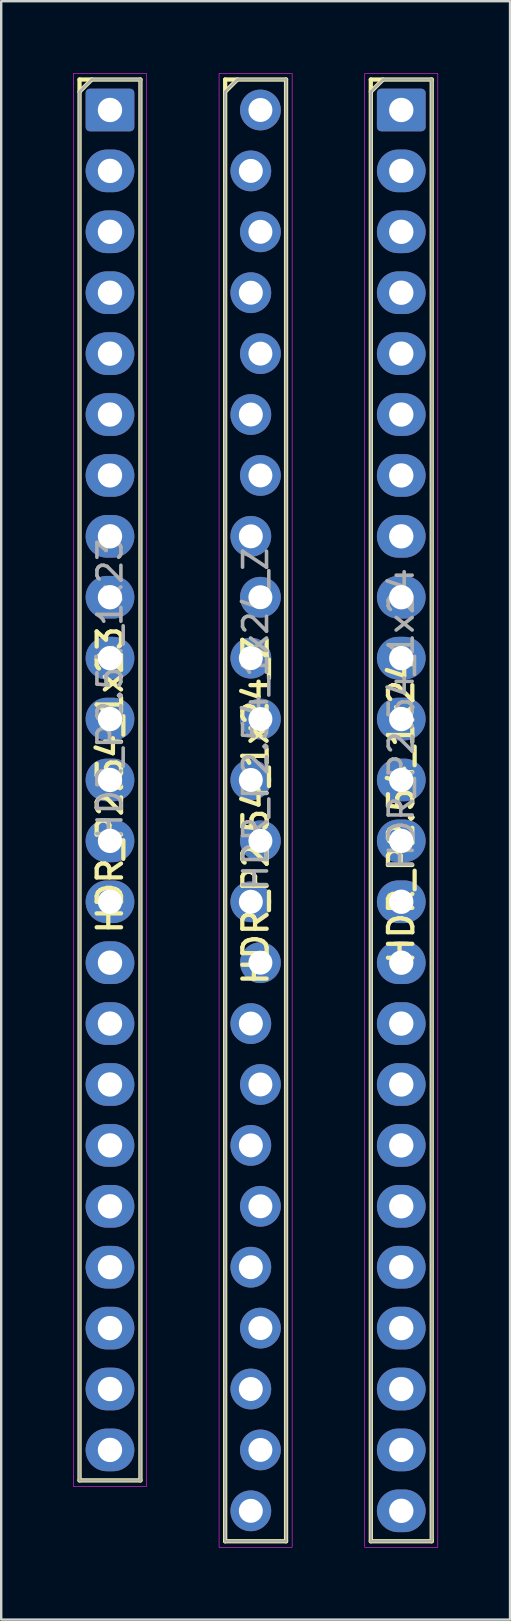
<source format=kicad_pcb>
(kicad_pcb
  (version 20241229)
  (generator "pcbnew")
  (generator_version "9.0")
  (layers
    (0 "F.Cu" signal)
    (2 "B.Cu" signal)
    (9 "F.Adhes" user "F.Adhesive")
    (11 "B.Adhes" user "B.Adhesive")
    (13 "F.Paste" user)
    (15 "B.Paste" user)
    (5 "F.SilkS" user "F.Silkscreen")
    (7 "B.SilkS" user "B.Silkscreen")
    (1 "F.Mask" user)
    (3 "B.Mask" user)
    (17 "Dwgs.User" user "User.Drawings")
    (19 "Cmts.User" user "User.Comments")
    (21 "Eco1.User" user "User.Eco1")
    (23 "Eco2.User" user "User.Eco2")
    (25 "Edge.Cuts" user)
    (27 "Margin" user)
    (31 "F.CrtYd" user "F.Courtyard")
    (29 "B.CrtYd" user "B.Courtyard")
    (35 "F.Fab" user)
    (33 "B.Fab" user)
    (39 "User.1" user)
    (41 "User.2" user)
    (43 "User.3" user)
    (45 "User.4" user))
  (footprint "HDR_P2.54_1x24_Z"
    (layer "F.Cu")
    (at 7.61 30.747)
    (property "Reference" "HDR_P2.54_1x24_Z" (at 0 0 90) (layer "F.SilkS") (effects (font (size 1.016 1.016) (thickness 0.178))))
    (attr through_hole)
    (fp_line (start -1.27 -30.48) (end -1.27 30.48) (stroke (width 0.178) (type solid)) (layer "F.SilkS"))
    (fp_line (start -1.27 -30.48) (end 1.27 -30.48) (stroke (width 0.178) (type solid)) (layer "F.SilkS"))
    (fp_line (start -1.27 -29.972) (end -0.762 -30.48) (stroke (width 0.178) (type solid)) (layer "F.SilkS"))
    (fp_line (start -1.27 30.48) (end 1.27 30.48) (stroke (width 0.178) (type solid)) (layer "F.SilkS"))
    (fp_line (start 1.27 -30.48) (end 1.27 30.48) (stroke (width 0.178) (type solid)) (layer "F.SilkS"))
    (fp_rect (start -1.524 -30.734) (end 1.524 30.734) (stroke (width 0.025) (type solid)) (fill no) (layer "F.CrtYd"))
    (fp_line (start -1.27 -29.972) (end -0.762 -30.48) (stroke (width 0.1) (type solid)) (layer "F.Fab"))
    (fp_line (start -1.27 30.48) (end -1.27 -29.972) (stroke (width 0.1) (type solid)) (layer "F.Fab"))
    (fp_line (start -0.762 -30.48) (end 1.27 -30.48) (stroke (width 0.1) (type solid)) (layer "F.Fab"))
    (fp_line (start 1.27 -30.48) (end 1.27 30.48) (stroke (width 0.1) (type solid)) (layer "F.Fab"))
    (fp_line (start 1.27 30.48) (end -1.27 30.48) (stroke (width 0.1) (type solid)) (layer "F.Fab"))
    (fp_text user "${REFERENCE}" (at 0 -3.81 90) (layer "F.Fab") (effects (font (size 1 1) (thickness 0.15))))
    (pad "1" thru_hole circle (at 0.2 -29.21) (size 1.7 1.7) (drill 1) (layers "*.Cu" "*.Mask"))
    (pad "2" thru_hole circle (at -0.2 -26.67) (size 1.7 1.7) (drill 1) (layers "*.Cu" "*.Mask"))
    (pad "3" thru_hole circle (at 0.2 -24.13) (size 1.7 1.7) (drill 1) (layers "*.Cu" "*.Mask"))
    (pad "4" thru_hole circle (at -0.2 -21.59) (size 1.7 1.7) (drill 1) (layers "*.Cu" "*.Mask"))
    (pad "5" thru_hole circle (at 0.2 -19.05) (size 1.7 1.7) (drill 1) (layers "*.Cu" "*.Mask"))
    (pad "6" thru_hole circle (at -0.2 -16.51) (size 1.7 1.7) (drill 1) (layers "*.Cu" "*.Mask"))
    (pad "7" thru_hole circle (at 0.2 -13.97) (size 1.7 1.7) (drill 1) (layers "*.Cu" "*.Mask"))
    (pad "8" thru_hole circle (at -0.2 -11.43) (size 1.7 1.7) (drill 1) (layers "*.Cu" "*.Mask"))
    (pad "9" thru_hole circle (at 0.2 -8.89) (size 1.7 1.7) (drill 1) (layers "*.Cu" "*.Mask"))
    (pad "10" thru_hole circle (at -0.2 -6.35) (size 1.7 1.7) (drill 1) (layers "*.Cu" "*.Mask"))
    (pad "11" thru_hole circle (at 0.2 -3.81) (size 1.7 1.7) (drill 1) (layers "*.Cu" "*.Mask"))
    (pad "12" thru_hole circle (at -0.2 -1.27) (size 1.7 1.7) (drill 1) (layers "*.Cu" "*.Mask"))
    (pad "13" thru_hole circle (at 0.2 1.27) (size 1.7 1.7) (drill 1) (layers "*.Cu" "*.Mask"))
    (pad "14" thru_hole circle (at -0.2 3.81) (size 1.7 1.7) (drill 1) (layers "*.Cu" "*.Mask"))
    (pad "15" thru_hole circle (at 0.2 6.35) (size 1.7 1.7) (drill 1) (layers "*.Cu" "*.Mask"))
    (pad "16" thru_hole circle (at -0.2 8.89) (size 1.7 1.7) (drill 1) (layers "*.Cu" "*.Mask"))
    (pad "17" thru_hole circle (at 0.2 11.43) (size 1.7 1.7) (drill 1) (layers "*.Cu" "*.Mask"))
    (pad "18" thru_hole circle (at -0.2 13.97) (size 1.7 1.7) (drill 1) (layers "*.Cu" "*.Mask"))
    (pad "19" thru_hole circle (at 0.2 16.51) (size 1.7 1.7) (drill 1) (layers "*.Cu" "*.Mask"))
    (pad "20" thru_hole circle (at -0.2 19.05) (size 1.7 1.7) (drill 1) (layers "*.Cu" "*.Mask"))
    (pad "21" thru_hole circle (at 0.2 21.59) (size 1.7 1.7) (drill 1) (layers "*.Cu" "*.Mask"))
    (pad "22" thru_hole circle (at -0.2 24.13) (size 1.7 1.7) (drill 1) (layers "*.Cu" "*.Mask"))
    (pad "23" thru_hole circle (at 0.2 26.67) (size 1.7 1.7) (drill 1) (layers "*.Cu" "*.Mask"))
    (pad "24" thru_hole circle (at -0.2 29.21) (size 1.7 1.7) (drill 1) (layers "*.Cu" "*.Mask")))
  (footprint "HDR_P2.54_1x23"
    (layer "F.Cu")
    (at 1.537 29.477)
    (property "Reference" "HDR_P2.54_1x23" (at 0 0 90) (layer "F.SilkS") (effects (font (size 1.016 1.016) (thickness 0.178))))
    (attr through_hole)
    (fp_line (start -1.27 -29.21) (end -1.27 29.21) (stroke (width 0.178) (type solid)) (layer "F.SilkS"))
    (fp_line (start -1.27 -29.21) (end 1.27 -29.21) (stroke (width 0.178) (type solid)) (layer "F.SilkS"))
    (fp_line (start -1.27 -28.702) (end -0.762 -29.21) (stroke (width 0.178) (type solid)) (layer "F.SilkS"))
    (fp_line (start -1.27 29.21) (end 1.27 29.21) (stroke (width 0.178) (type solid)) (layer "F.SilkS"))
    (fp_line (start 1.27 -29.21) (end 1.27 29.21) (stroke (width 0.178) (type solid)) (layer "F.SilkS"))
    (fp_rect (start -1.524 -29.464) (end 1.524 29.464) (stroke (width 0.025) (type solid)) (fill no) (layer "F.CrtYd"))
    (fp_line (start -1.27 -28.702) (end -0.762 -29.21) (stroke (width 0.1) (type solid)) (layer "F.Fab"))
    (fp_line (start -1.27 29.21) (end -1.27 -28.702) (stroke (width 0.1) (type solid)) (layer "F.Fab"))
    (fp_line (start -0.762 -29.21) (end 1.27 -29.21) (stroke (width 0.1) (type solid)) (layer "F.Fab"))
    (fp_line (start 1.27 -29.21) (end 1.27 29.21) (stroke (width 0.1) (type solid)) (layer "F.Fab"))
    (fp_line (start 1.27 29.21) (end -1.27 29.21) (stroke (width 0.1) (type solid)) (layer "F.Fab"))
    (fp_text user "${REFERENCE}" (at 0 -3.81 90) (layer "F.Fab") (effects (font (size 1 1) (thickness 0.15))))
    (pad "1" thru_hole roundrect (at 0 -27.94) (size 2.032 1.778) (drill 1.016) (layers "*.Cu" "*.Mask") (roundrect_rratio 0.1))
    (pad "2" thru_hole oval (at 0 -25.4) (size 2.032 1.778) (drill 1.016) (layers "*.Cu" "*.Mask"))
    (pad "3" thru_hole oval (at 0 -22.86) (size 2.032 1.778) (drill 1.016) (layers "*.Cu" "*.Mask"))
    (pad "4" thru_hole oval (at 0 -20.32) (size 2.032 1.778) (drill 1.016) (layers "*.Cu" "*.Mask"))
    (pad "5" thru_hole oval (at 0 -17.78) (size 2.032 1.778) (drill 1.016) (layers "*.Cu" "*.Mask"))
    (pad "6" thru_hole oval (at 0 -15.24) (size 2.032 1.778) (drill 1.016) (layers "*.Cu" "*.Mask"))
    (pad "7" thru_hole oval (at 0 -12.7) (size 2.032 1.778) (drill 1.016) (layers "*.Cu" "*.Mask"))
    (pad "8" thru_hole oval (at 0 -10.16) (size 2.032 1.778) (drill 1.016) (layers "*.Cu" "*.Mask"))
    (pad "9" thru_hole oval (at 0 -7.62) (size 2.032 1.778) (drill 1.016) (layers "*.Cu" "*.Mask"))
    (pad "10" thru_hole oval (at 0 -5.08) (size 2.032 1.778) (drill 1.016) (layers "*.Cu" "*.Mask"))
    (pad "11" thru_hole oval (at 0 -2.54) (size 2.032 1.778) (drill 1.016) (layers "*.Cu" "*.Mask"))
    (pad "12" thru_hole oval (at 0 0) (size 2.032 1.778) (drill 1.016) (layers "*.Cu" "*.Mask"))
    (pad "13" thru_hole oval (at 0 2.54) (size 2.032 1.778) (drill 1.016) (layers "*.Cu" "*.Mask"))
    (pad "14" thru_hole oval (at 0 5.08) (size 2.032 1.778) (drill 1.016) (layers "*.Cu" "*.Mask"))
    (pad "15" thru_hole oval (at 0 7.62) (size 2.032 1.778) (drill 1.016) (layers "*.Cu" "*.Mask"))
    (pad "16" thru_hole oval (at 0 10.16) (size 2.032 1.778) (drill 1.016) (layers "*.Cu" "*.Mask"))
    (pad "17" thru_hole oval (at 0 12.7) (size 2.032 1.778) (drill 1.016) (layers "*.Cu" "*.Mask"))
    (pad "18" thru_hole oval (at 0 15.24) (size 2.032 1.778) (drill 1.016) (layers "*.Cu" "*.Mask"))
    (pad "19" thru_hole oval (at 0 17.78) (size 2.032 1.778) (drill 1.016) (layers "*.Cu" "*.Mask"))
    (pad "20" thru_hole oval (at 0 20.32) (size 2.032 1.778) (drill 1.016) (layers "*.Cu" "*.Mask"))
    (pad "21" thru_hole oval (at 0 22.86) (size 2.032 1.778) (drill 1.016) (layers "*.Cu" "*.Mask"))
    (pad "22" thru_hole oval (at 0 25.4) (size 2.032 1.778) (drill 1.016) (layers "*.Cu" "*.Mask"))
    (pad "23" thru_hole oval (at 0 27.94) (size 2.032 1.778) (drill 1.016) (layers "*.Cu" "*.Mask")))
  (footprint "HDR_P2.54_1x24"
    (layer "F.Cu")
    (at 13.684 30.747)
    (property "Reference" "HDR_P2.54_1x24" (at 0 0 90) (layer "F.SilkS") (effects (font (size 1.016 1.016) (thickness 0.178))))
    (attr through_hole)
    (fp_line (start -1.27 -30.48) (end -1.27 30.48) (stroke (width 0.178) (type solid)) (layer "F.SilkS"))
    (fp_line (start -1.27 -30.48) (end 1.27 -30.48) (stroke (width 0.178) (type solid)) (layer "F.SilkS"))
    (fp_line (start -1.27 -29.972) (end -0.762 -30.48) (stroke (width 0.178) (type solid)) (layer "F.SilkS"))
    (fp_line (start -1.27 30.48) (end 1.27 30.48) (stroke (width 0.178) (type solid)) (layer "F.SilkS"))
    (fp_line (start 1.27 -30.48) (end 1.27 30.48) (stroke (width 0.178) (type solid)) (layer "F.SilkS"))
    (fp_rect (start -1.524 -30.734) (end 1.524 30.734) (stroke (width 0.025) (type solid)) (fill no) (layer "F.CrtYd"))
    (fp_line (start -1.27 -29.972) (end -0.762 -30.48) (stroke (width 0.1) (type solid)) (layer "F.Fab"))
    (fp_line (start -1.27 30.48) (end -1.27 -29.972) (stroke (width 0.1) (type solid)) (layer "F.Fab"))
    (fp_line (start -0.762 -30.48) (end 1.27 -30.48) (stroke (width 0.1) (type solid)) (layer "F.Fab"))
    (fp_line (start 1.27 -30.48) (end 1.27 30.48) (stroke (width 0.1) (type solid)) (layer "F.Fab"))
    (fp_line (start 1.27 30.48) (end -1.27 30.48) (stroke (width 0.1) (type solid)) (layer "F.Fab"))
    (fp_text user "${REFERENCE}" (at 0 -3.81 90) (layer "F.Fab") (effects (font (size 1 1) (thickness 0.15))))
    (pad "1" thru_hole roundrect (at 0 -29.21) (size 2.032 1.778) (drill 1.016) (layers "*.Cu" "*.Mask") (roundrect_rratio 0.1))
    (pad "2" thru_hole oval (at 0 -26.67) (size 2.032 1.778) (drill 1.016) (layers "*.Cu" "*.Mask"))
    (pad "3" thru_hole oval (at 0 -24.13) (size 2.032 1.778) (drill 1.016) (layers "*.Cu" "*.Mask"))
    (pad "4" thru_hole oval (at 0 -21.59) (size 2.032 1.778) (drill 1.016) (layers "*.Cu" "*.Mask"))
    (pad "5" thru_hole oval (at 0 -19.05) (size 2.032 1.778) (drill 1.016) (layers "*.Cu" "*.Mask"))
    (pad "6" thru_hole oval (at 0 -16.51) (size 2.032 1.778) (drill 1.016) (layers "*.Cu" "*.Mask"))
    (pad "7" thru_hole oval (at 0 -13.97) (size 2.032 1.778) (drill 1.016) (layers "*.Cu" "*.Mask"))
    (pad "8" thru_hole oval (at 0 -11.43) (size 2.032 1.778) (drill 1.016) (layers "*.Cu" "*.Mask"))
    (pad "9" thru_hole oval (at 0 -8.89) (size 2.032 1.778) (drill 1.016) (layers "*.Cu" "*.Mask"))
    (pad "10" thru_hole oval (at 0 -6.35) (size 2.032 1.778) (drill 1.016) (layers "*.Cu" "*.Mask"))
    (pad "11" thru_hole oval (at 0 -3.81) (size 2.032 1.778) (drill 1.016) (layers "*.Cu" "*.Mask"))
    (pad "12" thru_hole oval (at 0 -1.27) (size 2.032 1.778) (drill 1.016) (layers "*.Cu" "*.Mask"))
    (pad "13" thru_hole oval (at 0 1.27) (size 2.032 1.778) (drill 1.016) (layers "*.Cu" "*.Mask"))
    (pad "14" thru_hole oval (at 0 3.81) (size 2.032 1.778) (drill 1.016) (layers "*.Cu" "*.Mask"))
    (pad "15" thru_hole oval (at 0 6.35) (size 2.032 1.778) (drill 1.016) (layers "*.Cu" "*.Mask"))
    (pad "16" thru_hole oval (at 0 8.89) (size 2.032 1.778) (drill 1.016) (layers "*.Cu" "*.Mask"))
    (pad "17" thru_hole oval (at 0 11.43) (size 2.032 1.778) (drill 1.016) (layers "*.Cu" "*.Mask"))
    (pad "18" thru_hole oval (at 0 13.97) (size 2.032 1.778) (drill 1.016) (layers "*.Cu" "*.Mask"))
    (pad "19" thru_hole oval (at 0 16.51) (size 2.032 1.778) (drill 1.016) (layers "*.Cu" "*.Mask"))
    (pad "20" thru_hole oval (at 0 19.05) (size 2.032 1.778) (drill 1.016) (layers "*.Cu" "*.Mask"))
    (pad "21" thru_hole oval (at 0 21.59) (size 2.032 1.778) (drill 1.016) (layers "*.Cu" "*.Mask"))
    (pad "22" thru_hole oval (at 0 24.13) (size 2.032 1.778) (drill 1.016) (layers "*.Cu" "*.Mask"))
    (pad "23" thru_hole oval (at 0 26.67) (size 2.032 1.778) (drill 1.016) (layers "*.Cu" "*.Mask"))
    (pad "24" thru_hole oval (at 0 29.21) (size 2.032 1.778) (drill 1.016) (layers "*.Cu" "*.Mask")))
  (gr_rect
    (start -3 -3)
    (end 18.22 64.493)
    (stroke (width 0.1) (type default))
    (fill no)
    (layer "Edge.Cuts")))
</source>
